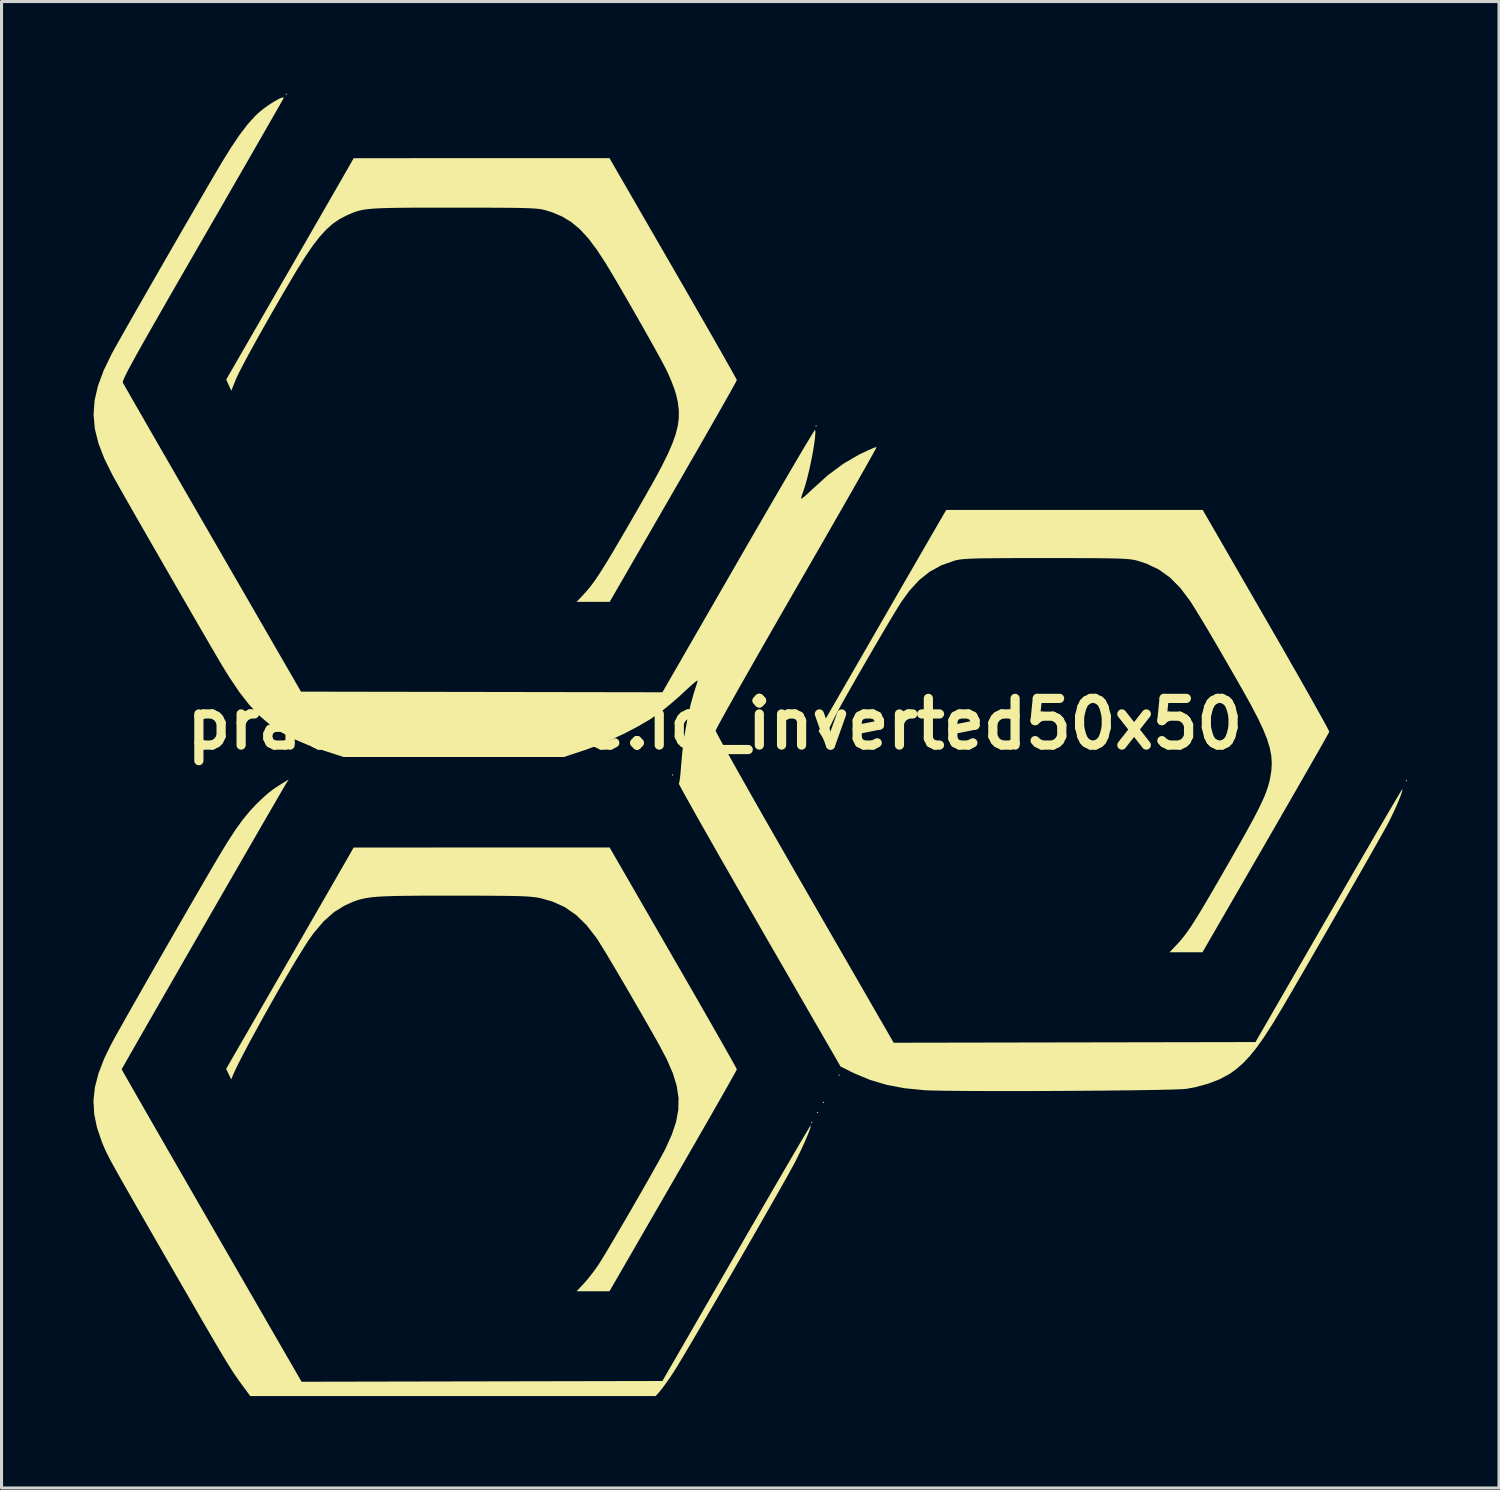
<source format=kicad_pcb>
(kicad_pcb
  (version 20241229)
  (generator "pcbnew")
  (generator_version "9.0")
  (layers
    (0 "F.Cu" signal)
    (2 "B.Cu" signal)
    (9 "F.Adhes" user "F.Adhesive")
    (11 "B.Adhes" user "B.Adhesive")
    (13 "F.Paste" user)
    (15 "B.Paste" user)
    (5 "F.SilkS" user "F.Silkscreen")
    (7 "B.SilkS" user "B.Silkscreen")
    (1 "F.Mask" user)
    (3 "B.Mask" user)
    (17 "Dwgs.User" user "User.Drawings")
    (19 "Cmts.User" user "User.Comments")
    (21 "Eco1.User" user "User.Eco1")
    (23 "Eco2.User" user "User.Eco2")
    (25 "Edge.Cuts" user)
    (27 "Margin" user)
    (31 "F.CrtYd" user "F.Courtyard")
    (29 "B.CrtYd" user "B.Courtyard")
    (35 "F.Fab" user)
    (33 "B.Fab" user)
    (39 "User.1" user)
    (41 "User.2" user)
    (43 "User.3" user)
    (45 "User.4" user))
  (footprint "practactable.io_inverted50x50"
    (layer "F.Cu")
    (at 20.276 20.573)
    (property "Reference" "practactable.io_inverted50x50" (at 0 0 0) (layer "F.SilkS") (effects (font (size 1.524 1.524) (thickness 0.3))))
    (attr board_only exclude_from_pos_files exclude_from_bom)
    (fp_poly (pts (xy -13.965 -20.55) (xy -13.989 -20.526) (xy -14.012 -20.55) (xy -13.989 -20.573)) (stroke (width 0) (type solid)) (fill yes) (layer "F.SilkS"))
    (fp_poly (pts (xy -1.359 1.664) (xy -1.382 1.687) (xy -1.406 1.664) (xy -1.382 1.64)) (stroke (width 0) (type solid)) (fill yes) (layer "F.SilkS"))
    (fp_poly (pts (xy 3.187 13.005) (xy 3.163 13.028) (xy 3.14 13.005) (xy 3.163 12.981)) (stroke (width 0) (type solid)) (fill yes) (layer "F.SilkS"))
    (fp_poly (pts (xy 3.327 -9.724) (xy 3.304 -9.701) (xy 3.28 -9.724) (xy 3.304 -9.748)) (stroke (width 0) (type solid)) (fill yes) (layer "F.SilkS"))
    (fp_poly (pts (xy 3.374 12.677) (xy 3.351 12.7) (xy 3.327 12.677) (xy 3.351 12.653)) (stroke (width 0) (type solid)) (fill yes) (layer "F.SilkS"))
    (fp_poly (pts (xy 3.562 12.349) (xy 3.538 12.372) (xy 3.515 12.349) (xy 3.538 12.325)) (stroke (width 0) (type solid)) (fill yes) (layer "F.SilkS"))
    (fp_poly (pts (xy 4.077 11.458) (xy 4.054 11.482) (xy 4.03 11.458) (xy 4.054 11.435)) (stroke (width 0) (type solid)) (fill yes) (layer "F.SilkS"))
    (fp_poly (pts (xy 22.588 1.851) (xy 22.565 1.875) (xy 22.541 1.851) (xy 22.565 1.828)) (stroke (width 0) (type solid)) (fill yes) (layer "F.SilkS"))
    (fp_poly (pts (xy -1.358 7.627) (xy -1.05 8.16) (xy -0.756 8.671) (xy -0.479 9.153) (xy -0.223 9.601) (xy 0.01 10.008) (xy 0.215 10.368) (xy 0.39 10.677) (xy 0.531 10.927) (xy 0.635 11.113) (xy 0.698 11.23) (xy 0.718 11.27) (xy 0.695 11.317) (xy 0.628 11.439) (xy 0.521 11.63) (xy 0.378 11.885) (xy 0.2 12.198) (xy -0.008 12.562) (xy -0.242 12.972) (xy -0.501 13.422) (xy -0.779 13.906) (xy -1.074 14.419) (xy -1.36 14.914) (xy -3.438 18.511) (xy -4.512 18.511) (xy -4.28 18.265) (xy -4.14 18.104) (xy -3.981 17.902) (xy -3.834 17.7) (xy -3.812 17.668) (xy -3.725 17.531) (xy -3.599 17.325) (xy -3.441 17.061) (xy -3.258 16.752) (xy -3.057 16.409) (xy -2.844 16.044) (xy -2.628 15.67) (xy -2.414 15.298) (xy -2.21 14.941) (xy -2.023 14.61) (xy -1.859 14.318) (xy -1.726 14.076) (xy -1.631 13.897) (xy -1.606 13.848) (xy -1.404 13.401) (xy -1.266 12.987) (xy -1.193 12.594) (xy -1.185 12.207) (xy -1.244 11.813) (xy -1.371 11.397) (xy -1.566 10.947) (xy -1.815 10.474) (xy -2.023 10.106) (xy -2.245 9.716) (xy -2.475 9.316) (xy -2.707 8.915) (xy -2.935 8.524) (xy -3.152 8.153) (xy -3.353 7.814) (xy -3.531 7.515) (xy -3.681 7.269) (xy -3.795 7.085) (xy -3.859 6.988) (xy -4.184 6.568) (xy -4.525 6.235) (xy -4.893 5.979) (xy -5.299 5.794) (xy -5.694 5.683) (xy -5.788 5.665) (xy -5.893 5.65) (xy -6.017 5.638) (xy -6.17 5.627) (xy -6.358 5.619) (xy -6.592 5.613) (xy -6.88 5.609) (xy -7.229 5.606) (xy -7.65 5.604) (xy -8.149 5.603) (xy -8.553 5.603) (xy -9.142 5.603) (xy -9.646 5.604) (xy -10.074 5.608) (xy -10.434 5.614) (xy -10.735 5.623) (xy -10.986 5.636) (xy -11.195 5.655) (xy -11.372 5.68) (xy -11.523 5.711) (xy -11.659 5.749) (xy -11.789 5.796) (xy -11.92 5.852) (xy -12.061 5.918) (xy -12.075 5.924) (xy -12.425 6.138) (xy -12.768 6.443) (xy -13.099 6.834) (xy -13.27 7.077) (xy -13.43 7.326) (xy -13.619 7.632) (xy -13.829 7.984) (xy -14.055 8.37) (xy -14.291 8.779) (xy -14.529 9.199) (xy -14.764 9.619) (xy -14.988 10.027) (xy -15.197 10.411) (xy -15.382 10.761) (xy -15.538 11.065) (xy -15.658 11.311) (xy -15.734 11.482) (xy -15.781 11.599) (xy -15.864 11.427) (xy -15.947 11.255) (xy -14.222 8.264) (xy -13.931 7.759) (xy -13.645 7.264) (xy -13.37 6.786) (xy -13.11 6.335) (xy -12.869 5.917) (xy -12.653 5.542) (xy -12.466 5.217) (xy -12.313 4.951) (xy -12.199 4.752) (xy -12.141 4.652) (xy -11.786 4.032) (xy -7.61 4.031) (xy -3.434 4.03)) (stroke (width 0) (type solid)) (fill yes) (layer "F.SilkS"))
    (fp_poly (pts (xy -1.361 -14.867) (xy -1.053 -14.334) (xy -0.759 -13.823) (xy -0.482 -13.341) (xy -0.225 -12.893) (xy 0.008 -12.486) (xy 0.213 -12.125) (xy 0.388 -11.816) (xy 0.53 -11.565) (xy 0.634 -11.379) (xy 0.698 -11.262) (xy 0.717 -11.221) (xy 0.695 -11.174) (xy 0.628 -11.051) (xy 0.522 -10.86) (xy 0.378 -10.604) (xy 0.201 -10.292) (xy -0.007 -9.927) (xy -0.241 -9.517) (xy -0.499 -9.066) (xy -0.778 -8.582) (xy -1.073 -8.069) (xy -1.357 -7.577) (xy -3.432 -3.983) (xy -4.512 -3.983) (xy -4.28 -4.229) (xy -4.187 -4.332) (xy -4.093 -4.443) (xy -3.995 -4.57) (xy -3.889 -4.718) (xy -3.77 -4.895) (xy -3.635 -5.108) (xy -3.478 -5.362) (xy -3.297 -5.665) (xy -3.086 -6.024) (xy -2.841 -6.444) (xy -2.559 -6.933) (xy -2.248 -7.475) (xy -1.959 -7.987) (xy -1.72 -8.433) (xy -1.529 -8.82) (xy -1.382 -9.16) (xy -1.276 -9.462) (xy -1.208 -9.736) (xy -1.176 -9.991) (xy -1.176 -10.238) (xy -1.206 -10.486) (xy -1.262 -10.742) (xy -1.323 -10.936) (xy -1.414 -11.176) (xy -1.522 -11.427) (xy -1.596 -11.581) (xy -1.685 -11.752) (xy -1.813 -11.99) (xy -1.975 -12.282) (xy -2.161 -12.616) (xy -2.365 -12.977) (xy -2.579 -13.352) (xy -2.795 -13.729) (xy -3.006 -14.093) (xy -3.203 -14.433) (xy -3.381 -14.733) (xy -3.531 -14.982) (xy -3.554 -15.02) (xy -3.846 -15.469) (xy -4.123 -15.838) (xy -4.397 -16.136) (xy -4.677 -16.371) (xy -4.975 -16.554) (xy -5.301 -16.693) (xy -5.53 -16.764) (xy -5.602 -16.782) (xy -5.683 -16.797) (xy -5.78 -16.81) (xy -5.901 -16.82) (xy -6.055 -16.828) (xy -6.249 -16.835) (xy -6.491 -16.84) (xy -6.79 -16.843) (xy -7.153 -16.845) (xy -7.587 -16.847) (xy -8.102 -16.847) (xy -8.529 -16.847) (xy -9.125 -16.847) (xy -9.635 -16.847) (xy -10.068 -16.845) (xy -10.432 -16.841) (xy -10.735 -16.834) (xy -10.985 -16.825) (xy -11.191 -16.812) (xy -11.36 -16.795) (xy -11.501 -16.773) (xy -11.622 -16.745) (xy -11.732 -16.711) (xy -11.837 -16.671) (xy -11.948 -16.623) (xy -12.02 -16.591) (xy -12.251 -16.471) (xy -12.468 -16.322) (xy -12.679 -16.134) (xy -12.893 -15.9) (xy -13.118 -15.61) (xy -13.36 -15.255) (xy -13.629 -14.826) (xy -13.748 -14.627) (xy -14.02 -14.166) (xy -14.287 -13.706) (xy -14.545 -13.257) (xy -14.788 -12.828) (xy -15.011 -12.429) (xy -15.209 -12.068) (xy -15.377 -11.755) (xy -15.509 -11.499) (xy -15.602 -11.309) (xy -15.633 -11.236) (xy -15.779 -10.874) (xy -15.862 -11.056) (xy -15.944 -11.239) (xy -14.057 -14.512) (xy -13.758 -15.029) (xy -13.469 -15.53) (xy -13.195 -16.007) (xy -12.937 -16.454) (xy -12.702 -16.863) (xy -12.492 -17.227) (xy -12.312 -17.54) (xy -12.166 -17.795) (xy -12.057 -17.985) (xy -11.989 -18.102) (xy -11.978 -18.123) (xy -11.786 -18.461) (xy -7.612 -18.463) (xy -3.439 -18.464)) (stroke (width 0) (type solid)) (fill yes) (layer "F.SilkS"))
    (fp_poly (pts (xy 17.991 -3.394) (xy 18.299 -2.86) (xy 18.592 -2.35) (xy 18.868 -1.867) (xy 19.123 -1.42) (xy 19.354 -1.012) (xy 19.557 -0.651) (xy 19.73 -0.342) (xy 19.869 -0.091) (xy 19.971 0.097) (xy 20.031 0.214) (xy 20.049 0.255) (xy 20.023 0.304) (xy 19.955 0.428) (xy 19.846 0.621) (xy 19.7 0.878) (xy 19.521 1.191) (xy 19.312 1.557) (xy 19.076 1.968) (xy 18.817 2.419) (xy 18.538 2.903) (xy 18.243 3.415) (xy 17.973 3.883) (xy 15.911 7.451) (xy 14.836 7.451) (xy 15.025 7.252) (xy 15.128 7.142) (xy 15.225 7.031) (xy 15.321 6.911) (xy 15.421 6.776) (xy 15.531 6.618) (xy 15.653 6.428) (xy 15.795 6.201) (xy 15.959 5.927) (xy 16.152 5.6) (xy 16.377 5.213) (xy 16.64 4.756) (xy 16.867 4.361) (xy 17.14 3.881) (xy 17.369 3.473) (xy 17.558 3.127) (xy 17.712 2.833) (xy 17.834 2.583) (xy 17.931 2.368) (xy 18.005 2.178) (xy 18.061 2.005) (xy 18.104 1.839) (xy 18.115 1.787) (xy 18.158 1.535) (xy 18.173 1.29) (xy 18.158 1.044) (xy 18.108 0.784) (xy 18.022 0.501) (xy 17.895 0.185) (xy 17.725 -0.176) (xy 17.508 -0.593) (xy 17.24 -1.074) (xy 17.215 -1.119) (xy 16.899 -1.671) (xy 16.602 -2.187) (xy 16.328 -2.658) (xy 16.081 -3.078) (xy 15.864 -3.44) (xy 15.683 -3.736) (xy 15.542 -3.961) (xy 15.496 -4.03) (xy 15.181 -4.447) (xy 14.849 -4.78) (xy 14.487 -5.039) (xy 14.082 -5.232) (xy 13.778 -5.33) (xy 13.705 -5.348) (xy 13.624 -5.363) (xy 13.526 -5.375) (xy 13.403 -5.386) (xy 13.247 -5.394) (xy 13.05 -5.4) (xy 12.805 -5.405) (xy 12.503 -5.409) (xy 12.136 -5.411) (xy 11.696 -5.412) (xy 11.176 -5.413) (xy 10.802 -5.413) (xy 10.227 -5.413) (xy 9.737 -5.412) (xy 9.325 -5.41) (xy 8.983 -5.407) (xy 8.703 -5.404) (xy 8.476 -5.398) (xy 8.296 -5.391) (xy 8.153 -5.382) (xy 8.04 -5.371) (xy 7.949 -5.358) (xy 7.871 -5.342) (xy 7.826 -5.33) (xy 7.395 -5.179) (xy 7.012 -4.969) (xy 6.665 -4.692) (xy 6.341 -4.338) (xy 6.083 -3.98) (xy 5.991 -3.834) (xy 5.859 -3.618) (xy 5.696 -3.346) (xy 5.508 -3.03) (xy 5.304 -2.682) (xy 5.091 -2.316) (xy 4.875 -1.944) (xy 4.664 -1.578) (xy 4.466 -1.231) (xy 4.287 -0.916) (xy 4.135 -0.644) (xy 4.018 -0.429) (xy 4.016 -0.425) (xy 3.903 -0.209) (xy 3.795 0.009) (xy 3.708 0.195) (xy 3.674 0.274) (xy 3.57 0.531) (xy 3.478 0.38) (xy 3.386 0.23) (xy 5.215 -2.943) (xy 5.511 -3.456) (xy 5.798 -3.954) (xy 6.073 -4.431) (xy 6.331 -4.878) (xy 6.569 -5.289) (xy 6.781 -5.656) (xy 6.963 -5.972) (xy 7.112 -6.23) (xy 7.223 -6.422) (xy 7.292 -6.541) (xy 7.297 -6.549) (xy 7.55 -6.983) (xy 15.92 -6.983)) (stroke (width 0) (type solid)) (fill yes) (layer "F.SilkS"))
    (fp_poly (pts (xy -13.978 1.926) (xy -14.019 1.994) (xy -14.102 2.136) (xy -14.223 2.344) (xy -14.379 2.613) (xy -14.566 2.936) (xy -14.781 3.307) (xy -15.019 3.72) (xy -15.278 4.169) (xy -15.554 4.647) (xy -15.843 5.148) (xy -16.141 5.666) (xy -16.446 6.195) (xy -16.753 6.729) (xy -17.059 7.261) (xy -17.361 7.786) (xy -17.654 8.296) (xy -17.936 8.786) (xy -18.202 9.25) (xy -18.45 9.682) (xy -18.675 10.074) (xy -18.874 10.422) (xy -19.043 10.718) (xy -19.18 10.957) (xy -19.279 11.133) (xy -19.339 11.238) (xy -19.355 11.268) (xy -19.332 11.312) (xy -19.265 11.431) (xy -19.156 11.622) (xy -19.009 11.88) (xy -18.827 12.199) (xy -18.611 12.574) (xy -18.366 13.002) (xy -18.093 13.476) (xy -17.796 13.993) (xy -17.477 14.546) (xy -17.14 15.132) (xy -16.786 15.746) (xy -16.42 16.38) (xy -13.485 21.464) (xy -1.712 21.44) (xy 0.701 17.26) (xy 1.033 16.685) (xy 1.352 16.134) (xy 1.654 15.612) (xy 1.937 15.124) (xy 2.198 14.676) (xy 2.432 14.273) (xy 2.638 13.92) (xy 2.812 13.623) (xy 2.952 13.386) (xy 3.053 13.216) (xy 3.112 13.118) (xy 3.129 13.095) (xy 3.124 13.15) (xy 3.084 13.273) (xy 3.014 13.449) (xy 2.922 13.663) (xy 2.813 13.9) (xy 2.695 14.143) (xy 2.606 14.317) (xy 2.518 14.481) (xy 2.389 14.714) (xy 2.224 15.007) (xy 2.029 15.353) (xy 1.807 15.742) (xy 1.564 16.168) (xy 1.305 16.62) (xy 1.034 17.091) (xy 0.756 17.573) (xy 0.476 18.057) (xy 0.198 18.536) (xy -0.071 19) (xy -0.329 19.441) (xy -0.569 19.851) (xy -0.787 20.222) (xy -0.978 20.545) (xy -1.138 20.812) (xy -1.261 21.015) (xy -1.343 21.145) (xy -1.346 21.151) (xy -1.481 21.351) (xy -1.613 21.54) (xy -1.726 21.691) (xy -1.79 21.772) (xy -1.931 21.932) (xy -8.546 21.931) (xy -15.16 21.931) (xy -15.445 21.545) (xy -15.517 21.446) (xy -15.588 21.346) (xy -15.66 21.241) (xy -15.738 21.124) (xy -15.824 20.989) (xy -15.923 20.83) (xy -16.037 20.642) (xy -16.17 20.419) (xy -16.326 20.154) (xy -16.508 19.843) (xy -16.72 19.479) (xy -16.965 19.056) (xy -17.246 18.569) (xy -17.567 18.011) (xy -17.887 17.457) (xy -18.233 16.856) (xy -18.535 16.331) (xy -18.797 15.875) (xy -19.022 15.482) (xy -19.213 15.147) (xy -19.374 14.864) (xy -19.508 14.626) (xy -19.618 14.428) (xy -19.707 14.264) (xy -19.779 14.127) (xy -19.837 14.013) (xy -19.884 13.914) (xy -19.924 13.826) (xy -19.96 13.742) (xy -19.994 13.656) (xy -20.005 13.63) (xy -20.162 13.167) (xy -20.253 12.726) (xy -20.276 12.295) (xy -20.23 11.86) (xy -20.113 11.406) (xy -19.926 10.92) (xy -19.71 10.474) (xy -19.637 10.339) (xy -19.523 10.132) (xy -19.371 9.86) (xy -19.187 9.534) (xy -18.976 9.161) (xy -18.742 8.751) (xy -18.492 8.311) (xy -18.229 7.851) (xy -17.958 7.379) (xy -17.685 6.903) (xy -17.415 6.434) (xy -17.152 5.978) (xy -16.901 5.545) (xy -16.668 5.143) (xy -16.457 4.781) (xy -16.274 4.468) (xy -16.153 4.265) (xy -15.88 3.816) (xy -15.634 3.441) (xy -15.405 3.124) (xy -15.183 2.853) (xy -14.96 2.614) (xy -14.896 2.552) (xy -14.698 2.366) (xy -14.537 2.227) (xy -14.383 2.111) (xy -14.208 1.996) (xy -14.088 1.922) (xy -13.906 1.813)) (stroke (width 0) (type solid)) (fill yes) (layer "F.SilkS"))
    (fp_poly (pts (xy -14.07 -20.424) (xy -14.097 -20.375) (xy -14.167 -20.25) (xy -14.278 -20.055) (xy -14.428 -19.793) (xy -14.612 -19.472) (xy -14.828 -19.096) (xy -15.072 -18.67) (xy -15.343 -18.199) (xy -15.637 -17.689) (xy -15.95 -17.145) (xy -16.28 -16.572) (xy -16.625 -15.975) (xy -16.73 -15.793) (xy -17.144 -15.075) (xy -17.514 -14.433) (xy -17.841 -13.864) (xy -18.128 -13.363) (xy -18.377 -12.926) (xy -18.592 -12.549) (xy -18.773 -12.227) (xy -18.923 -11.957) (xy -19.045 -11.733) (xy -19.142 -11.553) (xy -19.215 -11.41) (xy -19.266 -11.302) (xy -19.299 -11.224) (xy -19.316 -11.171) (xy -19.318 -11.14) (xy -19.316 -11.134) (xy -19.287 -11.082) (xy -19.214 -10.953) (xy -19.1 -10.754) (xy -18.948 -10.488) (xy -18.76 -10.162) (xy -18.54 -9.779) (xy -18.291 -9.346) (xy -18.015 -8.866) (xy -17.714 -8.346) (xy -17.394 -7.789) (xy -17.055 -7.202) (xy -16.701 -6.589) (xy -16.387 -6.045) (xy -13.504 -1.054) (xy -7.607 -1.044) (xy -1.711 -1.034) (xy 0.773 -5.345) (xy 1.109 -5.928) (xy 1.433 -6.487) (xy 1.74 -7.017) (xy 2.028 -7.512) (xy 2.294 -7.967) (xy 2.534 -8.378) (xy 2.746 -8.738) (xy 2.927 -9.043) (xy 3.073 -9.287) (xy 3.181 -9.465) (xy 3.249 -9.572) (xy 3.274 -9.604) (xy 3.281 -9.504) (xy 3.268 -9.331) (xy 3.237 -9.104) (xy 3.193 -8.839) (xy 3.137 -8.554) (xy 3.075 -8.268) (xy 3.009 -7.998) (xy 2.943 -7.761) (xy 2.881 -7.579) (xy 2.837 -7.454) (xy 2.813 -7.364) (xy 2.812 -7.35) (xy 2.843 -7.36) (xy 2.926 -7.424) (xy 3.049 -7.534) (xy 3.178 -7.656) (xy 3.687 -8.116) (xy 4.193 -8.491) (xy 4.707 -8.79) (xy 4.77 -8.821) (xy 4.963 -8.912) (xy 5.123 -8.983) (xy 5.233 -9.026) (xy 5.275 -9.034) (xy 5.256 -8.991) (xy 5.192 -8.872) (xy 5.087 -8.682) (xy 4.943 -8.427) (xy 4.765 -8.112) (xy 4.554 -7.74) (xy 4.314 -7.319) (xy 4.047 -6.853) (xy 3.757 -6.347) (xy 3.447 -5.806) (xy 3.118 -5.236) (xy 2.775 -4.641) (xy 2.663 -4.447) (xy 2.315 -3.843) (xy 1.981 -3.262) (xy 1.663 -2.707) (xy 1.364 -2.184) (xy 1.088 -1.698) (xy 0.836 -1.256) (xy 0.614 -0.861) (xy 0.422 -0.519) (xy 0.265 -0.236) (xy 0.144 -0.016) (xy 0.065 0.135) (xy 0.028 0.211) (xy 0.026 0.219) (xy 0.048 0.272) (xy 0.115 0.4) (xy 0.223 0.6) (xy 0.37 0.866) (xy 0.553 1.193) (xy 0.768 1.577) (xy 1.013 2.011) (xy 1.285 2.491) (xy 1.582 3.013) (xy 1.901 3.571) (xy 2.238 4.159) (xy 2.591 4.774) (xy 2.929 5.361) (xy 5.835 10.402) (xy 17.641 10.38) (xy 20.028 6.244) (xy 20.359 5.673) (xy 20.676 5.125) (xy 20.977 4.606) (xy 21.258 4.122) (xy 21.517 3.677) (xy 21.75 3.278) (xy 21.954 2.929) (xy 22.126 2.636) (xy 22.263 2.404) (xy 22.362 2.239) (xy 22.419 2.146) (xy 22.434 2.126) (xy 22.43 2.182) (xy 22.391 2.304) (xy 22.324 2.478) (xy 22.236 2.685) (xy 22.133 2.911) (xy 22.023 3.137) (xy 21.958 3.262) (xy 21.89 3.387) (xy 21.78 3.585) (xy 21.632 3.846) (xy 21.453 4.163) (xy 21.247 4.525) (xy 21.019 4.925) (xy 20.773 5.354) (xy 20.516 5.804) (xy 20.251 6.264) (xy 19.985 6.728) (xy 19.721 7.186) (xy 19.465 7.629) (xy 19.223 8.049) (xy 18.998 8.437) (xy 18.796 8.784) (xy 18.621 9.082) (xy 18.48 9.322) (xy 18.45 9.373) (xy 18.163 9.845) (xy 17.905 10.241) (xy 17.67 10.571) (xy 17.449 10.844) (xy 17.234 11.07) (xy 17.019 11.259) (xy 16.794 11.42) (xy 16.79 11.423) (xy 16.471 11.594) (xy 16.089 11.741) (xy 15.673 11.854) (xy 15.392 11.906) (xy 15.283 11.915) (xy 15.089 11.924) (xy 14.818 11.932) (xy 14.48 11.94) (xy 14.083 11.947) (xy 13.636 11.954) (xy 13.147 11.959) (xy 12.626 11.965) (xy 12.08 11.969) (xy 11.519 11.973) (xy 10.951 11.976) (xy 10.385 11.978) (xy 9.83 11.979) (xy 9.294 11.979) (xy 8.786 11.978) (xy 8.315 11.976) (xy 7.889 11.973) (xy 7.518 11.969) (xy 7.209 11.963) (xy 6.972 11.957) (xy 6.842 11.951) (xy 6.194 11.887) (xy 5.609 11.777) (xy 5.067 11.616) (xy 4.546 11.399) (xy 4.452 11.353) (xy 4.101 11.177) (xy 1.445 6.573) (xy 1.097 5.968) (xy 0.763 5.387) (xy 0.446 4.833) (xy 0.148 4.313) (xy -0.126 3.83) (xy -0.376 3.391) (xy -0.597 3.001) (xy -0.786 2.663) (xy -0.941 2.385) (xy -1.06 2.17) (xy -1.138 2.025) (xy -1.173 1.953) (xy -1.174 1.946) (xy -1.157 1.893) (xy -1.138 1.767) (xy -1.119 1.587) (xy -1.106 1.419) (xy -1.06 0.896) (xy -0.989 0.362) (xy -0.897 -0.158) (xy -0.79 -0.638) (xy -0.671 -1.055) (xy -0.649 -1.12) (xy -0.602 -1.266) (xy -0.57 -1.377) (xy -0.562 -1.419) (xy -0.594 -1.406) (xy -0.68 -1.338) (xy -0.807 -1.227) (xy -0.963 -1.082) (xy -0.98 -1.066) (xy -1.195 -0.869) (xy -1.44 -0.657) (xy -1.678 -0.461) (xy -1.812 -0.357) (xy -2.12 -0.147) (xy -2.497 0.074) (xy -2.92 0.296) (xy -3.369 0.507) (xy -3.819 0.698) (xy -4.251 0.855) (xy -4.28 0.865) (xy -4.928 1.078) (xy -12.117 1.078) (xy -12.749 0.873) (xy -13.283 0.685) (xy -13.751 0.486) (xy -14.164 0.264) (xy -14.536 0.01) (xy -14.878 -0.286) (xy -15.202 -0.636) (xy -15.522 -1.047) (xy -15.847 -1.532) (xy -16.07 -1.893) (xy -16.167 -2.056) (xy -16.303 -2.288) (xy -16.473 -2.579) (xy -16.671 -2.921) (xy -16.894 -3.305) (xy -17.135 -3.722) (xy -17.391 -4.164) (xy -17.654 -4.621) (xy -17.922 -5.085) (xy -18.187 -5.547) (xy -18.447 -5.998) (xy -18.694 -6.429) (xy -18.925 -6.832) (xy -19.134 -7.198) (xy -19.316 -7.517) (xy -19.466 -7.782) (xy -19.579 -7.983) (xy -19.648 -8.107) (xy -19.919 -8.653) (xy -20.114 -9.157) (xy -20.232 -9.634) (xy -20.273 -10.098) (xy -20.239 -10.56) (xy -20.129 -11.035) (xy -19.943 -11.536) (xy -19.686 -12.067) (xy -19.613 -12.201) (xy -19.497 -12.408) (xy -19.345 -12.678) (xy -19.161 -13.003) (xy -18.95 -13.374) (xy -18.716 -13.782) (xy -18.466 -14.219) (xy -18.203 -14.676) (xy -17.934 -15.145) (xy -17.663 -15.616) (xy -17.395 -16.081) (xy -17.134 -16.53) (xy -16.887 -16.957) (xy -16.658 -17.351) (xy -16.453 -17.703) (xy -16.275 -18.006) (xy -16.13 -18.251) (xy -16.067 -18.358) (xy -15.767 -18.839) (xy -15.495 -19.24) (xy -15.244 -19.567) (xy -15.009 -19.829) (xy -14.883 -19.948) (xy -14.741 -20.065) (xy -14.582 -20.18) (xy -14.421 -20.285) (xy -14.274 -20.371) (xy -14.156 -20.429) (xy -14.083 -20.448)) (stroke (width 0) (type solid)) (fill yes) (layer "F.SilkS")))
  (gr_rect
    (start -3 -3)
    (end 45.864 45.505)
    (stroke (width 0.1) (type default))
    (fill no)
    (layer "Edge.Cuts")))
</source>
